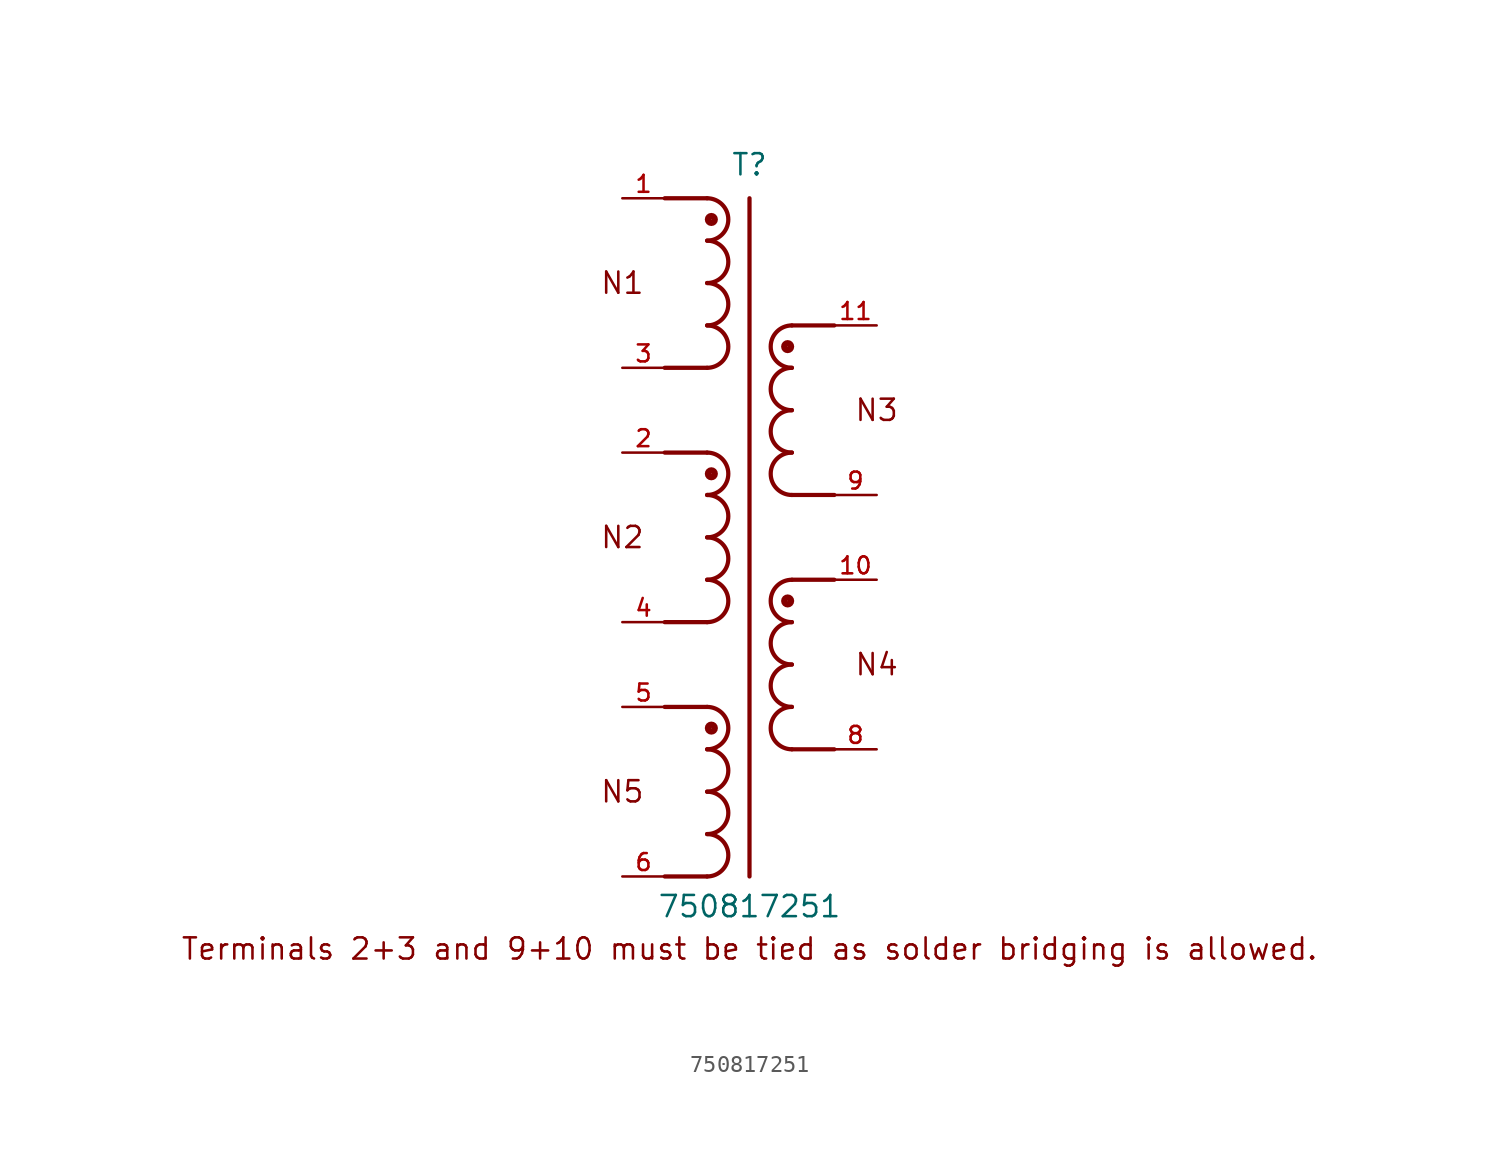
<source format=kicad_sym>
(kicad_symbol_lib
  (version 20211014)
  (generator kicad_symbol_editor)
  (symbol "750817251"
    (pin_names
      (offset 1.016))
    (property "Reference" "T"
      (at 0.0 21.59 0)
      (effects (font (size 1.27 1.27)) (justify bottom)))
    (property "Value" "750817251"
      (at 0.0 -22.86 0)
      (effects (font (size 1.27 1.27)) (justify bottom)))
    (symbol "750817251_0_0"
      (text "N5" (at -7.62 -15.24 0) (effects (font (size 1.27 1.27))))
      (text "N1" (at -7.62 15.24 0) (effects (font (size 1.27 1.27))))
      (text "Terminals 2+3 and 9+10 must be tied as solder bridging is allowed." (at 0.0 -25.4 0) (effects (font (size 1.27 1.27)) (justify bottom)))
      (text "N2" (at -7.62 0.0 0) (effects (font (size 1.27 1.27))))
      (text "N3" (at 7.62 7.62 0) (effects (font (size 1.27 1.27))))
      (text "N4" (at 7.62 -7.62 0) (effects (font (size 1.27 1.27))))
      (polyline (pts (xy 0.0 20.32) (xy 0.0 -20.32)) (stroke (width 0.254)))
      (arc (start -2.54 -12.7) (mid -1.27 -11.43) (end -2.54 -10.16) (stroke (width 0.254) (type default) (color 0 0 0 0)) (fill (type none)))
      (arc (start -2.54 -15.24) (mid -1.27 -13.97) (end -2.54 -12.7) (stroke (width 0.254) (type default) (color 0 0 0 0)) (fill (type none)))
      (arc (start -2.54 -17.78) (mid -1.27 -16.51) (end -2.54 -15.24) (stroke (width 0.254) (type default) (color 0 0 0 0)) (fill (type none)))
      (arc (start -2.54 -20.32) (mid -1.27 -19.05) (end -2.54 -17.78) (stroke (width 0.254) (type default) (color 0 0 0 0)) (fill (type none)))
      (polyline (pts (xy -2.54 -10.16) (xy -5.08 -10.16)) (stroke (width 0.254)))
      (polyline (pts (xy -2.54 -20.32) (xy -5.08 -20.32)) (stroke (width 0.254)))
      (arc (start -2.54 17.78) (mid -1.27 19.05) (end -2.54 20.32) (stroke (width 0.254) (type default) (color 0 0 0 0)) (fill (type none)))
      (arc (start -2.54 15.24) (mid -1.27 16.51) (end -2.54 17.78) (stroke (width 0.254) (type default) (color 0 0 0 0)) (fill (type none)))
      (arc (start -2.54 12.7) (mid -1.27 13.97) (end -2.54 15.24) (stroke (width 0.254) (type default) (color 0 0 0 0)) (fill (type none)))
      (arc (start -2.54 10.16) (mid -1.27 11.43) (end -2.54 12.7) (stroke (width 0.254) (type default) (color 0 0 0 0)) (fill (type none)))
      (polyline (pts (xy -2.54 20.32) (xy -5.08 20.32)) (stroke (width 0.254)))
      (polyline (pts (xy -2.54 10.16) (xy -5.08 10.16)) (stroke (width 0.254)))
      (arc (start -2.54 2.54) (mid -1.27 3.81) (end -2.54 5.08) (stroke (width 0.254) (type default) (color 0 0 0 0)) (fill (type none)))
      (arc (start -2.54 0.0) (mid -1.27 1.27) (end -2.54 2.54) (stroke (width 0.254) (type default) (color 0 0 0 0)) (fill (type none)))
      (arc (start -2.54 -2.54) (mid -1.27 -1.27) (end -2.54 0.0) (stroke (width 0.254) (type default) (color 0 0 0 0)) (fill (type none)))
      (arc (start -2.54 -5.08) (mid -1.27 -3.81) (end -2.54 -2.54) (stroke (width 0.254) (type default) (color 0 0 0 0)) (fill (type none)))
      (polyline (pts (xy -2.54 -5.08) (xy -5.08 -5.08)) (stroke (width 0.254)))
      (polyline (pts (xy -2.54 5.08) (xy -5.08 5.08)) (stroke (width 0.254)))
      (arc (start 2.54 5.08) (mid 1.27 3.81) (end 2.54 2.54) (stroke (width 0.254) (type default) (color 0 0 0 0)) (fill (type none)))
      (arc (start 2.54 7.62) (mid 1.27 6.35) (end 2.54 5.08) (stroke (width 0.254) (type default) (color 0 0 0 0)) (fill (type none)))
      (arc (start 2.54 10.16) (mid 1.27 8.89) (end 2.54 7.62) (stroke (width 0.254) (type default) (color 0 0 0 0)) (fill (type none)))
      (arc (start 2.54 12.7) (mid 1.27 11.43) (end 2.54 10.16) (stroke (width 0.254) (type default) (color 0 0 0 0)) (fill (type none)))
      (polyline (pts (xy 2.54 2.54) (xy 5.08 2.54)) (stroke (width 0.254)))
      (polyline (pts (xy 2.54 12.7) (xy 5.08 12.7)) (stroke (width 0.254)))
      (arc (start 2.54 -10.16) (mid 1.27 -11.43) (end 2.54 -12.7) (stroke (width 0.254) (type default) (color 0 0 0 0)) (fill (type none)))
      (arc (start 2.54 -7.62) (mid 1.27 -8.89) (end 2.54 -10.16) (stroke (width 0.254) (type default) (color 0 0 0 0)) (fill (type none)))
      (arc (start 2.54 -5.08) (mid 1.27 -6.35) (end 2.54 -7.62) (stroke (width 0.254) (type default) (color 0 0 0 0)) (fill (type none)))
      (arc (start 2.54 -2.54) (mid 1.27 -3.81) (end 2.54 -5.08) (stroke (width 0.254) (type default) (color 0 0 0 0)) (fill (type none)))
      (polyline (pts (xy 2.54 -12.7) (xy 5.08 -12.7)) (stroke (width 0.254)))
      (polyline (pts (xy 2.54 -2.54) (xy 5.08 -2.54)) (stroke (width 0.254)))
      (circle (center -2.286 -11.43) (radius 0.203) (stroke (width 0.381)) (fill (type none)))
      (circle (center -2.286 19.05) (radius 0.203) (stroke (width 0.381)) (fill (type none)))
      (circle (center -2.286 3.81) (radius 0.203) (stroke (width 0.381)) (fill (type none)))
      (circle (center 2.286 11.43) (radius 0.203) (stroke (width 0.381)) (fill (type none)))
      (circle (center 2.286 -3.81) (radius 0.203) (stroke (width 0.381)) (fill (type none)))
      (pin passive line (at -7.62 20.32 0) (length 2.54) (name "~" (effects (font (size 1.016 1.016)))) (number "1" (effects (font (size 1.016 1.016)))))
      (pin passive line (at -7.62 5.08 0) (length 2.54) (name "~" (effects (font (size 1.016 1.016)))) (number "2" (effects (font (size 1.016 1.016)))))
      (pin passive line (at -7.62 10.16 0) (length 2.54) (name "~" (effects (font (size 1.016 1.016)))) (number "3" (effects (font (size 1.016 1.016)))))
      (pin passive line (at -7.62 -5.08 0) (length 2.54) (name "~" (effects (font (size 1.016 1.016)))) (number "4" (effects (font (size 1.016 1.016)))))
      (pin passive line (at -7.62 -10.16 0) (length 2.54) (name "~" (effects (font (size 1.016 1.016)))) (number "5" (effects (font (size 1.016 1.016)))))
      (pin passive line (at -7.62 -20.32 0) (length 2.54) (name "~" (effects (font (size 1.016 1.016)))) (number "6" (effects (font (size 1.016 1.016)))))
      (pin passive line (at 7.62 2.54 180.0) (length 2.54) (name "~" (effects (font (size 1.016 1.016)))) (number "9" (effects (font (size 1.016 1.016)))))
      (pin passive line (at 7.62 12.7 180.0) (length 2.54) (name "~" (effects (font (size 1.016 1.016)))) (number "11" (effects (font (size 1.016 1.016)))))
      (pin passive line (at 7.62 -12.7 180.0) (length 2.54) (name "~" (effects (font (size 1.016 1.016)))) (number "8" (effects (font (size 1.016 1.016)))))
      (pin passive line (at 7.62 -2.54 180.0) (length 2.54) (name "~" (effects (font (size 1.016 1.016)))) (number "10" (effects (font (size 1.016 1.016))))))))
</source>
